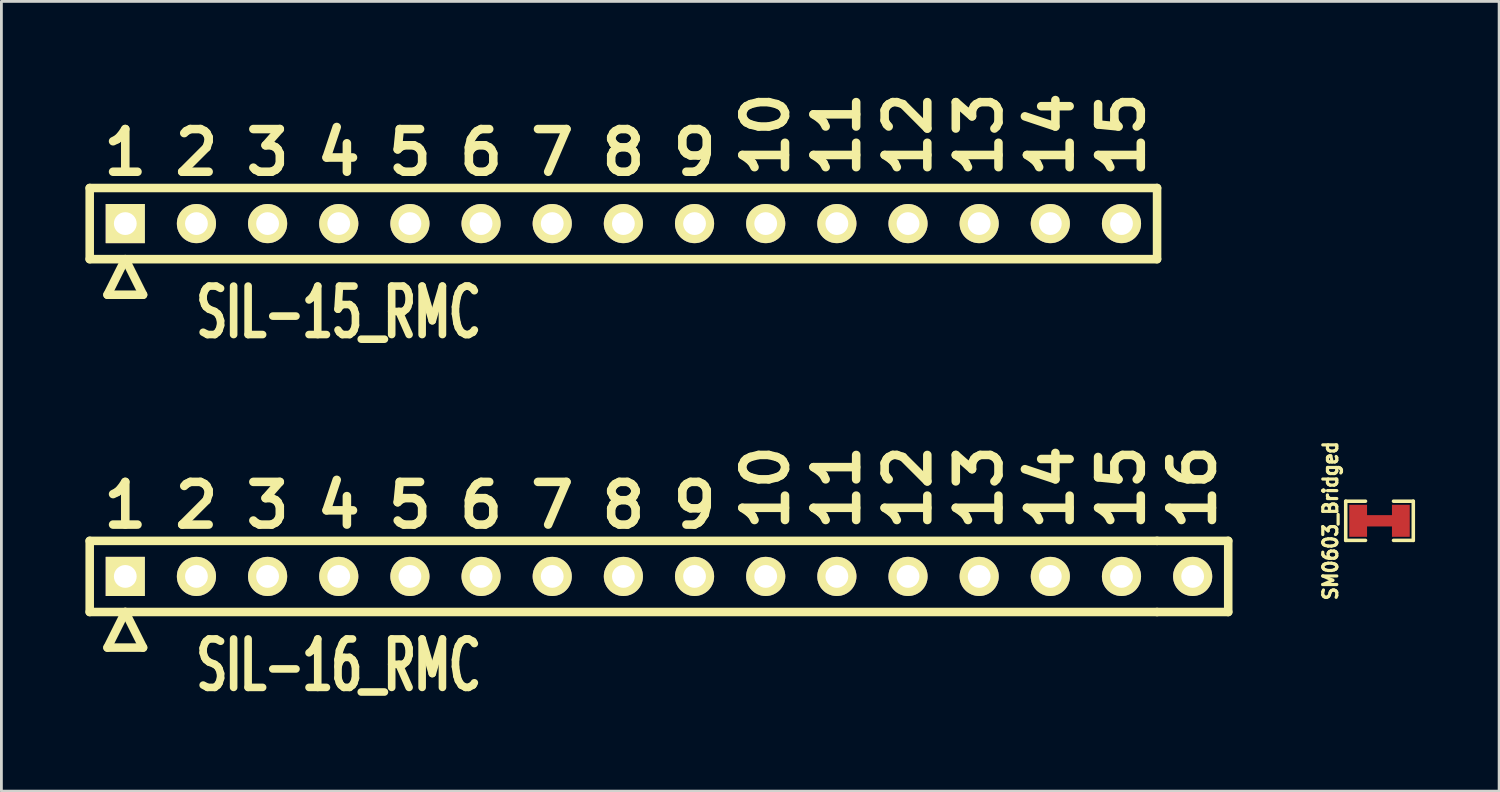
<source format=kicad_pcb>
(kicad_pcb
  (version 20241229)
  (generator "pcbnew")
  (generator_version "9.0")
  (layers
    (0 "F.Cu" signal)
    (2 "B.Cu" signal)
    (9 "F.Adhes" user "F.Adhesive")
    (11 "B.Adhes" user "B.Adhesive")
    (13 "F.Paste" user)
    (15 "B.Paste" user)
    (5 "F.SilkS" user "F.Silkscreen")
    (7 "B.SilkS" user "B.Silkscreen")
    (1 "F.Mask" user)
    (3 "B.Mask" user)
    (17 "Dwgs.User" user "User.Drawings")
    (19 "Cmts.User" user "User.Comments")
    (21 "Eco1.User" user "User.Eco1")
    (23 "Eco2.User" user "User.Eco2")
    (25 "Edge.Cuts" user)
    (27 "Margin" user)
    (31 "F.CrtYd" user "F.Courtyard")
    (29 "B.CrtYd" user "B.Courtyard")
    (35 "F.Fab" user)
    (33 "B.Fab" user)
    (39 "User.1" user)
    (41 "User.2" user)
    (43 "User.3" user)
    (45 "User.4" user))
  (footprint "SIL-16_RMC"
    (layer "F.Cu")
    (at 19.202 17.526)
    (property "Reference" "SIL-16_RMC" (at -10.16 3.175 0) (layer "F.SilkS") (effects (font (size 1.73 1.087) (thickness 0.272))))
    (attr through_hole)
    (fp_line (start -19.05 -1.27) (end 19.05 -1.27) (stroke (width 0.305) (type solid)) (layer "F.SilkS"))
    (fp_line (start -19.05 1.27) (end -19.05 -1.27) (stroke (width 0.305) (type solid)) (layer "F.SilkS"))
    (fp_line (start -18.415 2.54) (end -17.145 2.54) (stroke (width 0.305) (type solid)) (layer "F.SilkS"))
    (fp_line (start -17.78 1.27) (end -18.415 2.54) (stroke (width 0.305) (type solid)) (layer "F.SilkS"))
    (fp_line (start -17.145 2.54) (end -17.78 1.27) (stroke (width 0.305) (type solid)) (layer "F.SilkS"))
    (fp_line (start 19.05 -1.27) (end 21.59 -1.27) (stroke (width 0.305) (type solid)) (layer "F.SilkS"))
    (fp_line (start 19.05 1.27) (end -19.05 1.27) (stroke (width 0.305) (type solid)) (layer "F.SilkS"))
    (fp_line (start 19.05 1.27) (end 21.59 1.27) (stroke (width 0.305) (type solid)) (layer "F.SilkS"))
    (fp_line (start 21.59 -1.27) (end 21.59 1.27) (stroke (width 0.305) (type solid)) (layer "F.SilkS"))
    (fp_text user "15" (at 17.78 -3.175 90) (layer "F.SilkS") (effects (font (size 1.524 1.524) (thickness 0.305))))
    (fp_text user "2" (at -15.24 -2.54 0) (layer "F.SilkS") (effects (font (size 1.524 1.524) (thickness 0.305))))
    (fp_text user "12" (at 10.16 -3.175 90) (layer "F.SilkS") (effects (font (size 1.524 1.524) (thickness 0.305))))
    (fp_text user "9" (at 2.54 -2.54 0) (layer "F.SilkS") (effects (font (size 1.524 1.524) (thickness 0.305))))
    (fp_text user "8" (at 0 -2.54 0) (layer "F.SilkS") (effects (font (size 1.524 1.524) (thickness 0.305))))
    (fp_text user "6" (at -5.08 -2.54 0) (layer "F.SilkS") (effects (font (size 1.524 1.524) (thickness 0.305))))
    (fp_text user "4" (at -10.16 -2.54 0) (layer "F.SilkS") (effects (font (size 1.524 1.524) (thickness 0.305))))
    (fp_text user "3" (at -12.7 -2.54 0) (layer "F.SilkS") (effects (font (size 1.524 1.524) (thickness 0.305))))
    (fp_text user "14" (at 15.24 -3.175 90) (layer "F.SilkS") (effects (font (size 1.524 1.524) (thickness 0.305))))
    (fp_text user "11" (at 7.62 -3.175 90) (layer "F.SilkS") (effects (font (size 1.524 1.524) (thickness 0.305))))
    (fp_text user "13" (at 12.7 -3.175 90) (layer "F.SilkS") (effects (font (size 1.524 1.524) (thickness 0.305))))
    (fp_text user "7" (at -2.54 -2.54 0) (layer "F.SilkS") (effects (font (size 1.524 1.524) (thickness 0.305))))
    (fp_text user "10" (at 5.08 -3.175 90) (layer "F.SilkS") (effects (font (size 1.524 1.524) (thickness 0.305))))
    (fp_text user "5" (at -7.62 -2.54 0) (layer "F.SilkS") (effects (font (size 1.524 1.524) (thickness 0.305))))
    (fp_text user "16" (at 20.32 -3.175 90) (layer "F.SilkS") (effects (font (size 1.524 1.524) (thickness 0.305))))
    (fp_text user "1" (at -17.78 -2.54 0) (layer "F.SilkS") (effects (font (size 1.524 1.524) (thickness 0.305))))
    (pad "1" thru_hole rect (at -17.78 0) (size 1.397 1.397) (drill 0.813) (layers "*.Cu" "*.Mask" "F.SilkS"))
    (pad "2" thru_hole circle (at -15.24 0) (size 1.397 1.397) (drill 0.813) (layers "*.Cu" "*.Mask" "F.SilkS"))
    (pad "3" thru_hole circle (at -12.7 0) (size 1.397 1.397) (drill 0.813) (layers "*.Cu" "*.Mask" "F.SilkS"))
    (pad "4" thru_hole circle (at -10.16 0) (size 1.397 1.397) (drill 0.813) (layers "*.Cu" "*.Mask" "F.SilkS"))
    (pad "5" thru_hole circle (at -7.62 0) (size 1.397 1.397) (drill 0.813) (layers "*.Cu" "*.Mask" "F.SilkS"))
    (pad "6" thru_hole circle (at -5.08 0) (size 1.397 1.397) (drill 0.813) (layers "*.Cu" "*.Mask" "F.SilkS"))
    (pad "7" thru_hole circle (at -2.54 0) (size 1.397 1.397) (drill 0.813) (layers "*.Cu" "*.Mask" "F.SilkS"))
    (pad "8" thru_hole circle (at 0 0) (size 1.397 1.397) (drill 0.813) (layers "*.Cu" "*.Mask" "F.SilkS"))
    (pad "9" thru_hole circle (at 2.54 0) (size 1.397 1.397) (drill 0.813) (layers "*.Cu" "*.Mask" "F.SilkS"))
    (pad "10" thru_hole circle (at 5.08 0) (size 1.397 1.397) (drill 0.813) (layers "*.Cu" "*.Mask" "F.SilkS"))
    (pad "11" thru_hole circle (at 7.62 0) (size 1.397 1.397) (drill 0.813) (layers "*.Cu" "*.Mask" "F.SilkS"))
    (pad "12" thru_hole circle (at 10.16 0) (size 1.397 1.397) (drill 0.813) (layers "*.Cu" "*.Mask" "F.SilkS"))
    (pad "13" thru_hole circle (at 12.7 0) (size 1.397 1.397) (drill 0.813) (layers "*.Cu" "*.Mask" "F.SilkS"))
    (pad "14" thru_hole circle (at 15.24 0) (size 1.397 1.397) (drill 0.813) (layers "*.Cu" "*.Mask" "F.SilkS"))
    (pad "15" thru_hole circle (at 17.78 0) (size 1.397 1.397) (drill 0.813) (layers "*.Cu" "*.Mask" "F.SilkS"))
    (pad "16" thru_hole circle (at 20.32 0) (size 1.397 1.397) (drill 0.813) (layers "*.Cu" "*.Mask" "F.SilkS")))
  (footprint "SM0603_Bridged"
    (layer "F.Cu")
    (at 46.192 15.54)
    (property "Reference" "SM0603_Bridged" (at -1.75 0 90) (layer "F.SilkS") (effects (font (size 0.5 0.457) (thickness 0.114))))
    (attr smd)
    (fp_line (start -0.762 0) (end 0.762 0) (stroke (width 0.406) (type solid)) (layer "F.Cu"))
    (fp_line (start -1.206 -0.699) (end -1.206 0.699) (stroke (width 0.127) (type solid)) (layer "F.SilkS"))
    (fp_line (start -1.206 0.699) (end -0.5 0.699) (stroke (width 0.127) (type solid)) (layer "F.SilkS"))
    (fp_line (start -0.5 -0.699) (end -1.206 -0.699) (stroke (width 0.127) (type solid)) (layer "F.SilkS"))
    (fp_line (start 1.206 -0.699) (end 0.5 -0.699) (stroke (width 0.127) (type solid)) (layer "F.SilkS"))
    (fp_line (start 1.206 -0.699) (end 1.206 0.699) (stroke (width 0.127) (type solid)) (layer "F.SilkS"))
    (fp_line (start 1.206 0.699) (end 0.5 0.699) (stroke (width 0.127) (type solid)) (layer "F.SilkS"))
    (pad "" smd rect (at 0 0) (size 0.381 0.2) (layers "F.Cu"))
    (pad "1" smd rect (at -0.762 0) (size 0.635 1.143) (layers "F.Cu" "F.Mask" "F.Paste"))
    (pad "2" smd rect (at 0.762 0) (size 0.635 1.143) (layers "F.Cu" "F.Mask" "F.Paste")))
  (footprint "SIL-15_RMC"
    (layer "F.Cu")
    (at 19.202 4.931)
    (property "Reference" "SIL-15_RMC" (at -10.16 3.175 0) (layer "F.SilkS") (effects (font (size 1.73 1.087) (thickness 0.272))))
    (attr through_hole)
    (fp_line (start -19.05 -1.27) (end 19.05 -1.27) (stroke (width 0.305) (type solid)) (layer "F.SilkS"))
    (fp_line (start -19.05 1.27) (end -19.05 -1.27) (stroke (width 0.305) (type solid)) (layer "F.SilkS"))
    (fp_line (start -18.415 2.54) (end -17.145 2.54) (stroke (width 0.305) (type solid)) (layer "F.SilkS"))
    (fp_line (start -17.78 1.27) (end -18.415 2.54) (stroke (width 0.305) (type solid)) (layer "F.SilkS"))
    (fp_line (start -17.145 2.54) (end -17.78 1.27) (stroke (width 0.305) (type solid)) (layer "F.SilkS"))
    (fp_line (start 19.05 -1.27) (end 19.05 1.27) (stroke (width 0.305) (type solid)) (layer "F.SilkS"))
    (fp_line (start 19.05 1.27) (end -19.05 1.27) (stroke (width 0.305) (type solid)) (layer "F.SilkS"))
    (fp_text user "5" (at -7.62 -2.54 0) (layer "F.SilkS") (effects (font (size 1.524 1.524) (thickness 0.305))))
    (fp_text user "7" (at -2.54 -2.54 0) (layer "F.SilkS") (effects (font (size 1.524 1.524) (thickness 0.305))))
    (fp_text user "1" (at -17.78 -2.54 0) (layer "F.SilkS") (effects (font (size 1.524 1.524) (thickness 0.305))))
    (fp_text user "14" (at 15.24 -3.175 90) (layer "F.SilkS") (effects (font (size 1.524 1.524) (thickness 0.305))))
    (fp_text user "10" (at 5.08 -3.175 90) (layer "F.SilkS") (effects (font (size 1.524 1.524) (thickness 0.305))))
    (fp_text user "2" (at -15.24 -2.54 0) (layer "F.SilkS") (effects (font (size 1.524 1.524) (thickness 0.305))))
    (fp_text user "12" (at 10.16 -3.175 90) (layer "F.SilkS") (effects (font (size 1.524 1.524) (thickness 0.305))))
    (fp_text user "13" (at 12.7 -3.175 90) (layer "F.SilkS") (effects (font (size 1.524 1.524) (thickness 0.305))))
    (fp_text user "6" (at -5.08 -2.54 0) (layer "F.SilkS") (effects (font (size 1.524 1.524) (thickness 0.305))))
    (fp_text user "8" (at 0 -2.54 0) (layer "F.SilkS") (effects (font (size 1.524 1.524) (thickness 0.305))))
    (fp_text user "4" (at -10.16 -2.54 0) (layer "F.SilkS") (effects (font (size 1.524 1.524) (thickness 0.305))))
    (fp_text user "9" (at 2.54 -2.54 0) (layer "F.SilkS") (effects (font (size 1.524 1.524) (thickness 0.305))))
    (fp_text user "11" (at 7.62 -3.175 90) (layer "F.SilkS") (effects (font (size 1.524 1.524) (thickness 0.305))))
    (fp_text user "15" (at 17.78 -3.175 90) (layer "F.SilkS") (effects (font (size 1.524 1.524) (thickness 0.305))))
    (fp_text user "3" (at -12.7 -2.54 0) (layer "F.SilkS") (effects (font (size 1.524 1.524) (thickness 0.305))))
    (pad "1" thru_hole rect (at -17.78 0) (size 1.397 1.397) (drill 0.813) (layers "*.Cu" "*.Mask" "F.SilkS"))
    (pad "2" thru_hole circle (at -15.24 0) (size 1.397 1.397) (drill 0.813) (layers "*.Cu" "*.Mask" "F.SilkS"))
    (pad "3" thru_hole circle (at -12.7 0) (size 1.397 1.397) (drill 0.813) (layers "*.Cu" "*.Mask" "F.SilkS"))
    (pad "4" thru_hole circle (at -10.16 0) (size 1.397 1.397) (drill 0.813) (layers "*.Cu" "*.Mask" "F.SilkS"))
    (pad "5" thru_hole circle (at -7.62 0) (size 1.397 1.397) (drill 0.813) (layers "*.Cu" "*.Mask" "F.SilkS"))
    (pad "6" thru_hole circle (at -5.08 0) (size 1.397 1.397) (drill 0.813) (layers "*.Cu" "*.Mask" "F.SilkS"))
    (pad "7" thru_hole circle (at -2.54 0) (size 1.397 1.397) (drill 0.813) (layers "*.Cu" "*.Mask" "F.SilkS"))
    (pad "8" thru_hole circle (at 0 0) (size 1.397 1.397) (drill 0.813) (layers "*.Cu" "*.Mask" "F.SilkS"))
    (pad "9" thru_hole circle (at 2.54 0) (size 1.397 1.397) (drill 0.813) (layers "*.Cu" "*.Mask" "F.SilkS"))
    (pad "10" thru_hole circle (at 5.08 0) (size 1.397 1.397) (drill 0.813) (layers "*.Cu" "*.Mask" "F.SilkS"))
    (pad "11" thru_hole circle (at 7.62 0) (size 1.397 1.397) (drill 0.813) (layers "*.Cu" "*.Mask" "F.SilkS"))
    (pad "12" thru_hole circle (at 10.16 0) (size 1.397 1.397) (drill 0.813) (layers "*.Cu" "*.Mask" "F.SilkS"))
    (pad "13" thru_hole circle (at 12.7 0) (size 1.397 1.397) (drill 0.813) (layers "*.Cu" "*.Mask" "F.SilkS"))
    (pad "14" thru_hole circle (at 15.24 0) (size 1.397 1.397) (drill 0.813) (layers "*.Cu" "*.Mask" "F.SilkS"))
    (pad "15" thru_hole circle (at 17.78 0) (size 1.397 1.397) (drill 0.813) (layers "*.Cu" "*.Mask" "F.SilkS")))
  (gr_rect
    (start -3 -3)
    (end 50.462 25.19)
    (stroke (width 0.1) (type default))
    (fill no)
    (layer "Edge.Cuts")))
</source>
